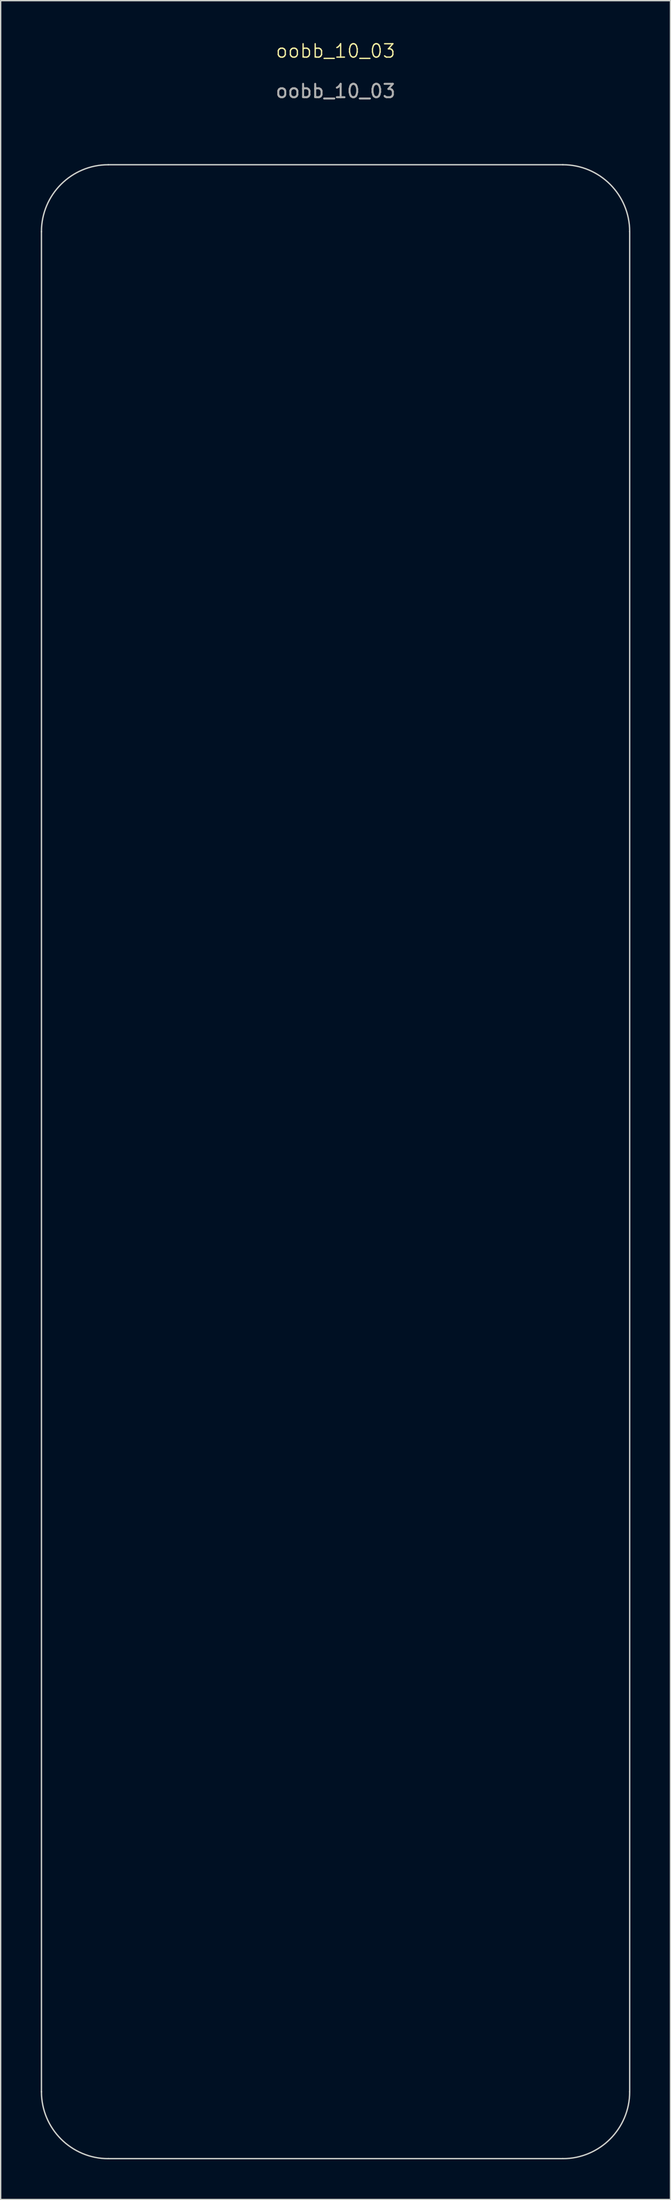
<source format=kicad_pcb>
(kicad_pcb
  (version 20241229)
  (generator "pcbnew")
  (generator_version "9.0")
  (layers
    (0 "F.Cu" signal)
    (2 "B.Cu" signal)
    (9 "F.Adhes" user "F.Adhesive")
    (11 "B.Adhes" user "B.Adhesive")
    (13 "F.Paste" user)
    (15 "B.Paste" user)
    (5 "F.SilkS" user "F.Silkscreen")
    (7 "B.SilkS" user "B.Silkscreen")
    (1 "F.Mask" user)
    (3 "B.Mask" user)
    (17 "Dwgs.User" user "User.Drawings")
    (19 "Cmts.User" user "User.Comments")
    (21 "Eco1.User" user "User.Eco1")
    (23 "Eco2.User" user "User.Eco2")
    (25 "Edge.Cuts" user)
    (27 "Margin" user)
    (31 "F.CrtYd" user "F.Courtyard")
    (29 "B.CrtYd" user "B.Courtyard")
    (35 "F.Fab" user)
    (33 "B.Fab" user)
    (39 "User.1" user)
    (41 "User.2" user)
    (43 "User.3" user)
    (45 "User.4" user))
  (footprint "oobb_10_03"
    (layer "F.Cu")
    (at 22.05 83.76)
    (property "Reference" "oobb_10_03" (at 0 -83 0) (unlocked yes) (layer "F.SilkS") (effects (font (size 1 1) (thickness 0.1))))
    (fp_line (start -22 -69.5) (end -22 69.5) (stroke (width 0.1) (type default)) (layer "Edge.Cuts"))
    (fp_line (start -17 74.5) (end 17 74.5) (stroke (width 0.1) (type default)) (layer "Edge.Cuts"))
    (fp_line (start 17 -74.5) (end -17 -74.5) (stroke (width 0.1) (type default)) (layer "Edge.Cuts"))
    (fp_line (start 22 69.5) (end 22 -69.5) (stroke (width 0.1) (type default)) (layer "Edge.Cuts"))
    (fp_arc (start -22 -69.5) (mid -20.535534 -73.035533) (end -17 -74.5) (stroke (width 0.1) (type default)) (layer "Edge.Cuts"))
    (fp_arc (start -17 74.5) (mid -20.535533 73.035534) (end -22 69.5) (stroke (width 0.1) (type default)) (layer "Edge.Cuts"))
    (fp_arc (start 17 -74.5) (mid 20.535533 -73.035534) (end 22 -69.5) (stroke (width 0.1) (type default)) (layer "Edge.Cuts"))
    (fp_arc (start 22 69.5) (mid 20.535534 73.035533) (end 17 74.5) (stroke (width 0.1) (type default)) (layer "Edge.Cuts"))
    (fp_text user "${REFERENCE}" (at 0 -80 0) (unlocked yes) (layer "F.Fab") (effects (font (size 1 1) (thickness 0.15)))))
  (gr_rect
    (start -3 -3)
    (end 47.1 161.31)
    (stroke (width 0.1) (type default))
    (fill no)
    (layer "Edge.Cuts")))
</source>
